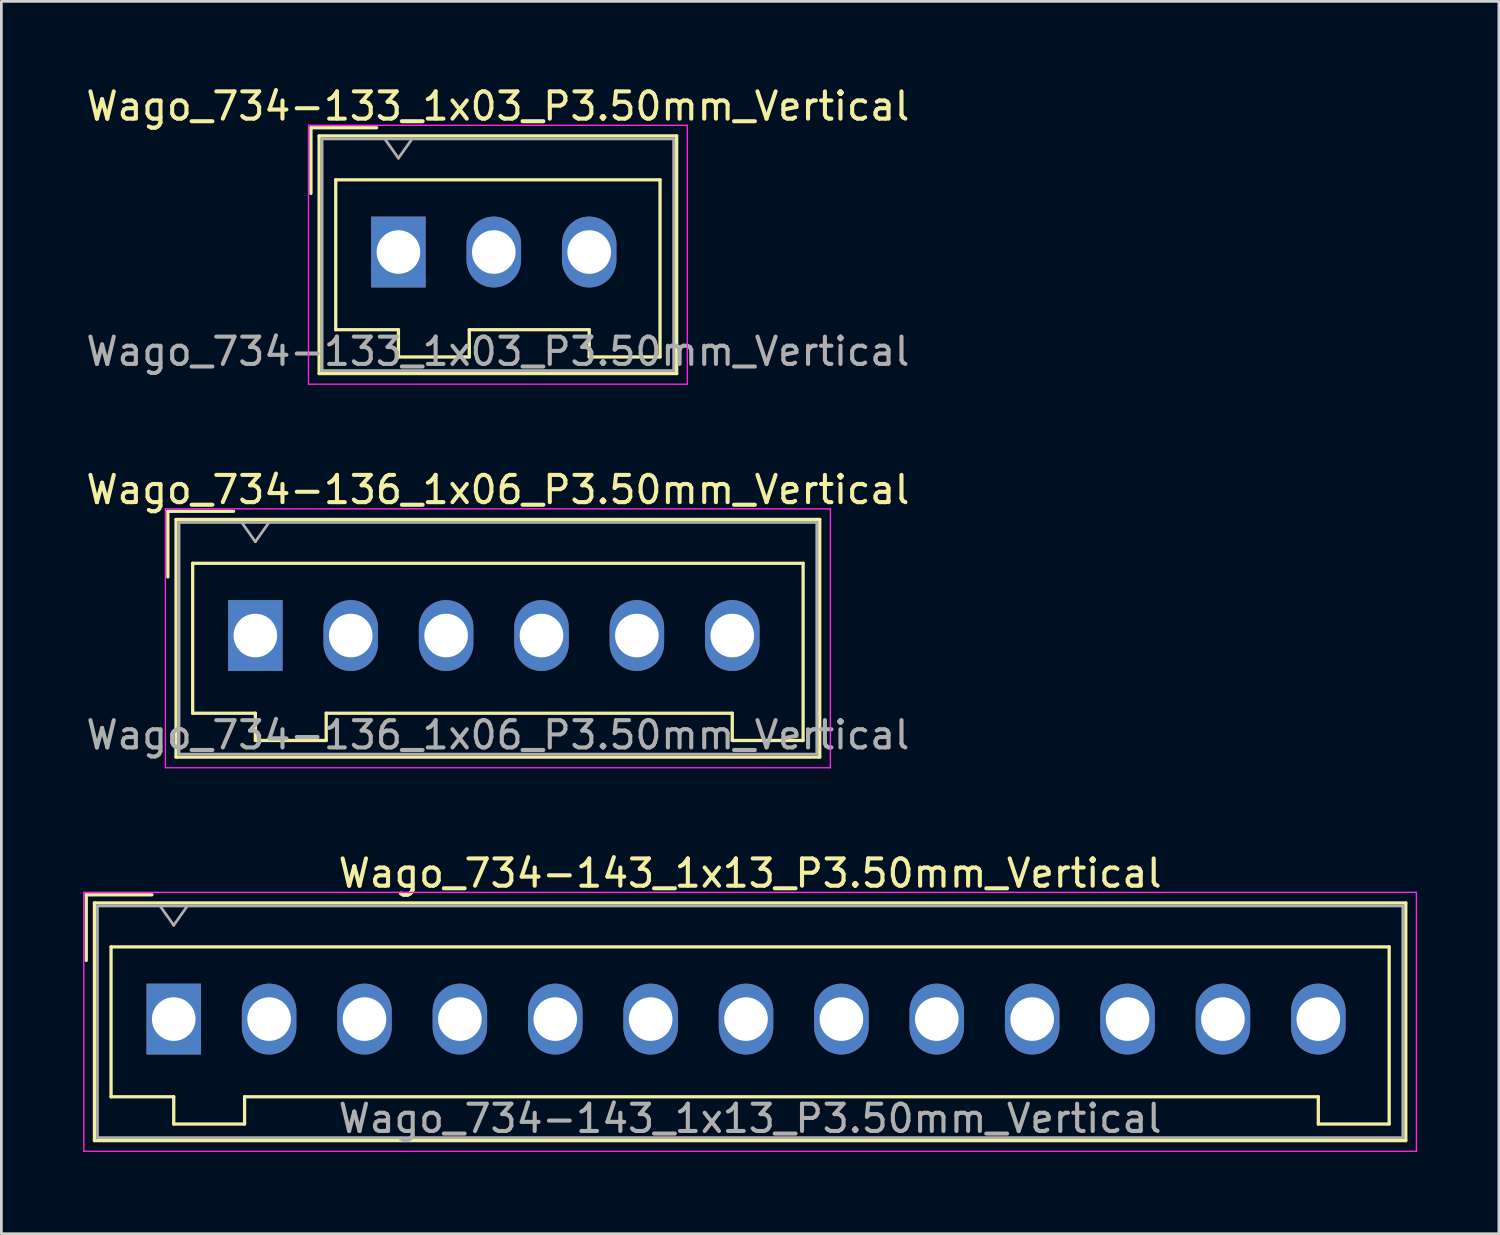
<source format=kicad_pcb>
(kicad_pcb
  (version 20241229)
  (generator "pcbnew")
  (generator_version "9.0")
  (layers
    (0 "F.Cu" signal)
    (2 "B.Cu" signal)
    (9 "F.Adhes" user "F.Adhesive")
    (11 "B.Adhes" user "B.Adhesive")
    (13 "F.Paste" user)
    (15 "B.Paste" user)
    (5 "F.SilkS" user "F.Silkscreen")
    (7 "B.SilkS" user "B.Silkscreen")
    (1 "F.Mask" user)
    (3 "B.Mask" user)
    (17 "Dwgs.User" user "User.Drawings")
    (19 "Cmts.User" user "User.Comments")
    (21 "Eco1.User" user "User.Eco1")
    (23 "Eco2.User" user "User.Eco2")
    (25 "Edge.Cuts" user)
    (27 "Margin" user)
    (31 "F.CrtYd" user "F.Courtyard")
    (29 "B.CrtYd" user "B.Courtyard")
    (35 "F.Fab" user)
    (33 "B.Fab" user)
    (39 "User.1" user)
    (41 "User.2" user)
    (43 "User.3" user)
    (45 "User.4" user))
  (footprint "Wago_734-133_1x03_P3.50mm_Vertical"
    (layer "F.Cu")
    (at 11.57 6.198)
    (property "Reference" "Wago_734-133_1x03_P3.50mm_Vertical" (at 3.65 -5.35 0) (layer "F.SilkS") (effects (font (size 1 1) (thickness 0.15))))
    (attr through_hole)
    (fp_line (start -3.21 -4.56) (end -0.8 -4.56) (stroke (width 0.12) (type solid)) (layer "F.SilkS"))
    (fp_line (start -3.21 -2.15) (end -3.21 -4.56) (stroke (width 0.12) (type solid)) (layer "F.SilkS"))
    (fp_line (start -2.91 -4.26) (end -2.91 4.46) (stroke (width 0.12) (type solid)) (layer "F.SilkS"))
    (fp_line (start -2.91 4.46) (end 10.21 4.46) (stroke (width 0.12) (type solid)) (layer "F.SilkS"))
    (fp_line (start -2.3 -2.65) (end -2.3 2.85) (stroke (width 0.12) (type solid)) (layer "F.SilkS"))
    (fp_line (start -2.3 2.85) (end 0 2.85) (stroke (width 0.12) (type solid)) (layer "F.SilkS"))
    (fp_line (start 0 2.85) (end 0 3.85) (stroke (width 0.12) (type solid)) (layer "F.SilkS"))
    (fp_line (start 0 3.85) (end 2.6 3.85) (stroke (width 0.12) (type solid)) (layer "F.SilkS"))
    (fp_line (start 2.6 2.85) (end 7 2.85) (stroke (width 0.12) (type solid)) (layer "F.SilkS"))
    (fp_line (start 2.6 3.85) (end 2.6 2.85) (stroke (width 0.12) (type solid)) (layer "F.SilkS"))
    (fp_line (start 7 2.85) (end 7 3.85) (stroke (width 0.12) (type solid)) (layer "F.SilkS"))
    (fp_line (start 7 3.85) (end 9.6 3.85) (stroke (width 0.12) (type solid)) (layer "F.SilkS"))
    (fp_line (start 9.6 -2.65) (end -2.3 -2.65) (stroke (width 0.12) (type solid)) (layer "F.SilkS"))
    (fp_line (start 9.6 3.85) (end 9.6 -2.65) (stroke (width 0.12) (type solid)) (layer "F.SilkS"))
    (fp_line (start 10.21 -4.26) (end -2.91 -4.26) (stroke (width 0.12) (type solid)) (layer "F.SilkS"))
    (fp_line (start 10.21 4.46) (end 10.21 -4.26) (stroke (width 0.12) (type solid)) (layer "F.SilkS"))
    (fp_line (start -3.3 -4.65) (end -3.3 4.85) (stroke (width 0.05) (type solid)) (layer "F.CrtYd"))
    (fp_line (start -3.3 4.85) (end 10.6 4.85) (stroke (width 0.05) (type solid)) (layer "F.CrtYd"))
    (fp_line (start 10.6 -4.65) (end -3.3 -4.65) (stroke (width 0.05) (type solid)) (layer "F.CrtYd"))
    (fp_line (start 10.6 4.85) (end 10.6 -4.65) (stroke (width 0.05) (type solid)) (layer "F.CrtYd"))
    (fp_line (start -2.8 -4.15) (end -2.8 4.35) (stroke (width 0.1) (type solid)) (layer "F.Fab"))
    (fp_line (start -2.8 4.35) (end 10.1 4.35) (stroke (width 0.1) (type solid)) (layer "F.Fab"))
    (fp_line (start -0.5 -4.15) (end 0 -3.443) (stroke (width 0.1) (type solid)) (layer "F.Fab"))
    (fp_line (start 0 -3.443) (end 0.5 -4.15) (stroke (width 0.1) (type solid)) (layer "F.Fab"))
    (fp_line (start 10.1 -4.15) (end -2.8 -4.15) (stroke (width 0.1) (type solid)) (layer "F.Fab"))
    (fp_line (start 10.1 4.35) (end 10.1 -4.15) (stroke (width 0.1) (type solid)) (layer "F.Fab"))
    (fp_text user "${REFERENCE}" (at 3.65 3.65 0) (layer "F.Fab") (effects (font (size 1 1) (thickness 0.15))))
    (pad "1" thru_hole rect (at 0 0) (size 2 2.6) (drill 1.6) (layers "*.Cu" "*.Mask"))
    (pad "2" thru_hole oval (at 3.5 0) (size 2 2.6) (drill 1.6) (layers "*.Cu" "*.Mask"))
    (pad "3" thru_hole oval (at 7 0) (size 2 2.6) (drill 1.6) (layers "*.Cu" "*.Mask")))
  (footprint "Wago_734-143_1x13_P3.50mm_Vertical"
    (layer "F.Cu")
    (at 3.325 34.345)
    (property "Reference" "Wago_734-143_1x13_P3.50mm_Vertical" (at 21.15 -5.35 0) (layer "F.SilkS") (effects (font (size 1 1) (thickness 0.15))))
    (attr through_hole)
    (fp_line (start -3.21 -4.56) (end -0.8 -4.56) (stroke (width 0.12) (type solid)) (layer "F.SilkS"))
    (fp_line (start -3.21 -2.15) (end -3.21 -4.56) (stroke (width 0.12) (type solid)) (layer "F.SilkS"))
    (fp_line (start -2.91 -4.26) (end -2.91 4.46) (stroke (width 0.12) (type solid)) (layer "F.SilkS"))
    (fp_line (start -2.91 4.46) (end 45.21 4.46) (stroke (width 0.12) (type solid)) (layer "F.SilkS"))
    (fp_line (start -2.3 -2.65) (end -2.3 2.85) (stroke (width 0.12) (type solid)) (layer "F.SilkS"))
    (fp_line (start -2.3 2.85) (end 0 2.85) (stroke (width 0.12) (type solid)) (layer "F.SilkS"))
    (fp_line (start 0 2.85) (end 0 3.85) (stroke (width 0.12) (type solid)) (layer "F.SilkS"))
    (fp_line (start 0 3.85) (end 2.6 3.85) (stroke (width 0.12) (type solid)) (layer "F.SilkS"))
    (fp_line (start 2.6 2.85) (end 42 2.85) (stroke (width 0.12) (type solid)) (layer "F.SilkS"))
    (fp_line (start 2.6 3.85) (end 2.6 2.85) (stroke (width 0.12) (type solid)) (layer "F.SilkS"))
    (fp_line (start 42 2.85) (end 42 3.85) (stroke (width 0.12) (type solid)) (layer "F.SilkS"))
    (fp_line (start 42 3.85) (end 44.6 3.85) (stroke (width 0.12) (type solid)) (layer "F.SilkS"))
    (fp_line (start 44.6 -2.65) (end -2.3 -2.65) (stroke (width 0.12) (type solid)) (layer "F.SilkS"))
    (fp_line (start 44.6 3.85) (end 44.6 -2.65) (stroke (width 0.12) (type solid)) (layer "F.SilkS"))
    (fp_line (start 45.21 -4.26) (end -2.91 -4.26) (stroke (width 0.12) (type solid)) (layer "F.SilkS"))
    (fp_line (start 45.21 4.46) (end 45.21 -4.26) (stroke (width 0.12) (type solid)) (layer "F.SilkS"))
    (fp_line (start -3.3 -4.65) (end -3.3 4.85) (stroke (width 0.05) (type solid)) (layer "F.CrtYd"))
    (fp_line (start -3.3 4.85) (end 45.6 4.85) (stroke (width 0.05) (type solid)) (layer "F.CrtYd"))
    (fp_line (start 45.6 -4.65) (end -3.3 -4.65) (stroke (width 0.05) (type solid)) (layer "F.CrtYd"))
    (fp_line (start 45.6 4.85) (end 45.6 -4.65) (stroke (width 0.05) (type solid)) (layer "F.CrtYd"))
    (fp_line (start -2.8 -4.15) (end -2.8 4.35) (stroke (width 0.1) (type solid)) (layer "F.Fab"))
    (fp_line (start -2.8 4.35) (end 45.1 4.35) (stroke (width 0.1) (type solid)) (layer "F.Fab"))
    (fp_line (start -0.5 -4.15) (end 0 -3.443) (stroke (width 0.1) (type solid)) (layer "F.Fab"))
    (fp_line (start 0 -3.443) (end 0.5 -4.15) (stroke (width 0.1) (type solid)) (layer "F.Fab"))
    (fp_line (start 45.1 -4.15) (end -2.8 -4.15) (stroke (width 0.1) (type solid)) (layer "F.Fab"))
    (fp_line (start 45.1 4.35) (end 45.1 -4.15) (stroke (width 0.1) (type solid)) (layer "F.Fab"))
    (fp_text user "${REFERENCE}" (at 21.15 3.65 0) (layer "F.Fab") (effects (font (size 1 1) (thickness 0.15))))
    (pad "1" thru_hole rect (at 0 0) (size 2 2.6) (drill 1.6) (layers "*.Cu" "*.Mask"))
    (pad "2" thru_hole oval (at 3.5 0) (size 2 2.6) (drill 1.6) (layers "*.Cu" "*.Mask"))
    (pad "3" thru_hole oval (at 7 0) (size 2 2.6) (drill 1.6) (layers "*.Cu" "*.Mask"))
    (pad "4" thru_hole oval (at 10.5 0) (size 2 2.6) (drill 1.6) (layers "*.Cu" "*.Mask"))
    (pad "5" thru_hole oval (at 14 0) (size 2 2.6) (drill 1.6) (layers "*.Cu" "*.Mask"))
    (pad "6" thru_hole oval (at 17.5 0) (size 2 2.6) (drill 1.6) (layers "*.Cu" "*.Mask"))
    (pad "7" thru_hole oval (at 21 0) (size 2 2.6) (drill 1.6) (layers "*.Cu" "*.Mask"))
    (pad "8" thru_hole oval (at 24.5 0) (size 2 2.6) (drill 1.6) (layers "*.Cu" "*.Mask"))
    (pad "9" thru_hole oval (at 28 0) (size 2 2.6) (drill 1.6) (layers "*.Cu" "*.Mask"))
    (pad "10" thru_hole oval (at 31.5 0) (size 2 2.6) (drill 1.6) (layers "*.Cu" "*.Mask"))
    (pad "11" thru_hole oval (at 35 0) (size 2 2.6) (drill 1.6) (layers "*.Cu" "*.Mask"))
    (pad "12" thru_hole oval (at 38.5 0) (size 2 2.6) (drill 1.6) (layers "*.Cu" "*.Mask"))
    (pad "13" thru_hole oval (at 42 0) (size 2 2.6) (drill 1.6) (layers "*.Cu" "*.Mask")))
  (footprint "Wago_734-136_1x06_P3.50mm_Vertical"
    (layer "F.Cu")
    (at 6.32 20.271)
    (property "Reference" "Wago_734-136_1x06_P3.50mm_Vertical" (at 8.9 -5.35 0) (layer "F.SilkS") (effects (font (size 1 1) (thickness 0.15))))
    (attr through_hole)
    (fp_line (start -3.21 -4.56) (end -0.8 -4.56) (stroke (width 0.12) (type solid)) (layer "F.SilkS"))
    (fp_line (start -3.21 -2.15) (end -3.21 -4.56) (stroke (width 0.12) (type solid)) (layer "F.SilkS"))
    (fp_line (start -2.91 -4.26) (end -2.91 4.46) (stroke (width 0.12) (type solid)) (layer "F.SilkS"))
    (fp_line (start -2.91 4.46) (end 20.71 4.46) (stroke (width 0.12) (type solid)) (layer "F.SilkS"))
    (fp_line (start -2.3 -2.65) (end -2.3 2.85) (stroke (width 0.12) (type solid)) (layer "F.SilkS"))
    (fp_line (start -2.3 2.85) (end 0 2.85) (stroke (width 0.12) (type solid)) (layer "F.SilkS"))
    (fp_line (start 0 2.85) (end 0 3.85) (stroke (width 0.12) (type solid)) (layer "F.SilkS"))
    (fp_line (start 0 3.85) (end 2.6 3.85) (stroke (width 0.12) (type solid)) (layer "F.SilkS"))
    (fp_line (start 2.6 2.85) (end 17.5 2.85) (stroke (width 0.12) (type solid)) (layer "F.SilkS"))
    (fp_line (start 2.6 3.85) (end 2.6 2.85) (stroke (width 0.12) (type solid)) (layer "F.SilkS"))
    (fp_line (start 17.5 2.85) (end 17.5 3.85) (stroke (width 0.12) (type solid)) (layer "F.SilkS"))
    (fp_line (start 17.5 3.85) (end 20.1 3.85) (stroke (width 0.12) (type solid)) (layer "F.SilkS"))
    (fp_line (start 20.1 -2.65) (end -2.3 -2.65) (stroke (width 0.12) (type solid)) (layer "F.SilkS"))
    (fp_line (start 20.1 3.85) (end 20.1 -2.65) (stroke (width 0.12) (type solid)) (layer "F.SilkS"))
    (fp_line (start 20.71 -4.26) (end -2.91 -4.26) (stroke (width 0.12) (type solid)) (layer "F.SilkS"))
    (fp_line (start 20.71 4.46) (end 20.71 -4.26) (stroke (width 0.12) (type solid)) (layer "F.SilkS"))
    (fp_line (start -3.3 -4.65) (end -3.3 4.85) (stroke (width 0.05) (type solid)) (layer "F.CrtYd"))
    (fp_line (start -3.3 4.85) (end 21.1 4.85) (stroke (width 0.05) (type solid)) (layer "F.CrtYd"))
    (fp_line (start 21.1 -4.65) (end -3.3 -4.65) (stroke (width 0.05) (type solid)) (layer "F.CrtYd"))
    (fp_line (start 21.1 4.85) (end 21.1 -4.65) (stroke (width 0.05) (type solid)) (layer "F.CrtYd"))
    (fp_line (start -2.8 -4.15) (end -2.8 4.35) (stroke (width 0.1) (type solid)) (layer "F.Fab"))
    (fp_line (start -2.8 4.35) (end 20.6 4.35) (stroke (width 0.1) (type solid)) (layer "F.Fab"))
    (fp_line (start -0.5 -4.15) (end 0 -3.443) (stroke (width 0.1) (type solid)) (layer "F.Fab"))
    (fp_line (start 0 -3.443) (end 0.5 -4.15) (stroke (width 0.1) (type solid)) (layer "F.Fab"))
    (fp_line (start 20.6 -4.15) (end -2.8 -4.15) (stroke (width 0.1) (type solid)) (layer "F.Fab"))
    (fp_line (start 20.6 4.35) (end 20.6 -4.15) (stroke (width 0.1) (type solid)) (layer "F.Fab"))
    (fp_text user "${REFERENCE}" (at 8.9 3.65 0) (layer "F.Fab") (effects (font (size 1 1) (thickness 0.15))))
    (pad "1" thru_hole rect (at 0 0) (size 2 2.6) (drill 1.6) (layers "*.Cu" "*.Mask"))
    (pad "2" thru_hole oval (at 3.5 0) (size 2 2.6) (drill 1.6) (layers "*.Cu" "*.Mask"))
    (pad "3" thru_hole oval (at 7 0) (size 2 2.6) (drill 1.6) (layers "*.Cu" "*.Mask"))
    (pad "4" thru_hole oval (at 10.5 0) (size 2 2.6) (drill 1.6) (layers "*.Cu" "*.Mask"))
    (pad "5" thru_hole oval (at 14 0) (size 2 2.6) (drill 1.6) (layers "*.Cu" "*.Mask"))
    (pad "6" thru_hole oval (at 17.5 0) (size 2 2.6) (drill 1.6) (layers "*.Cu" "*.Mask")))
  (gr_rect
    (start -3 -3)
    (end 51.95 42.22)
    (stroke (width 0.1) (type default))
    (fill no)
    (layer "Edge.Cuts")))
</source>
